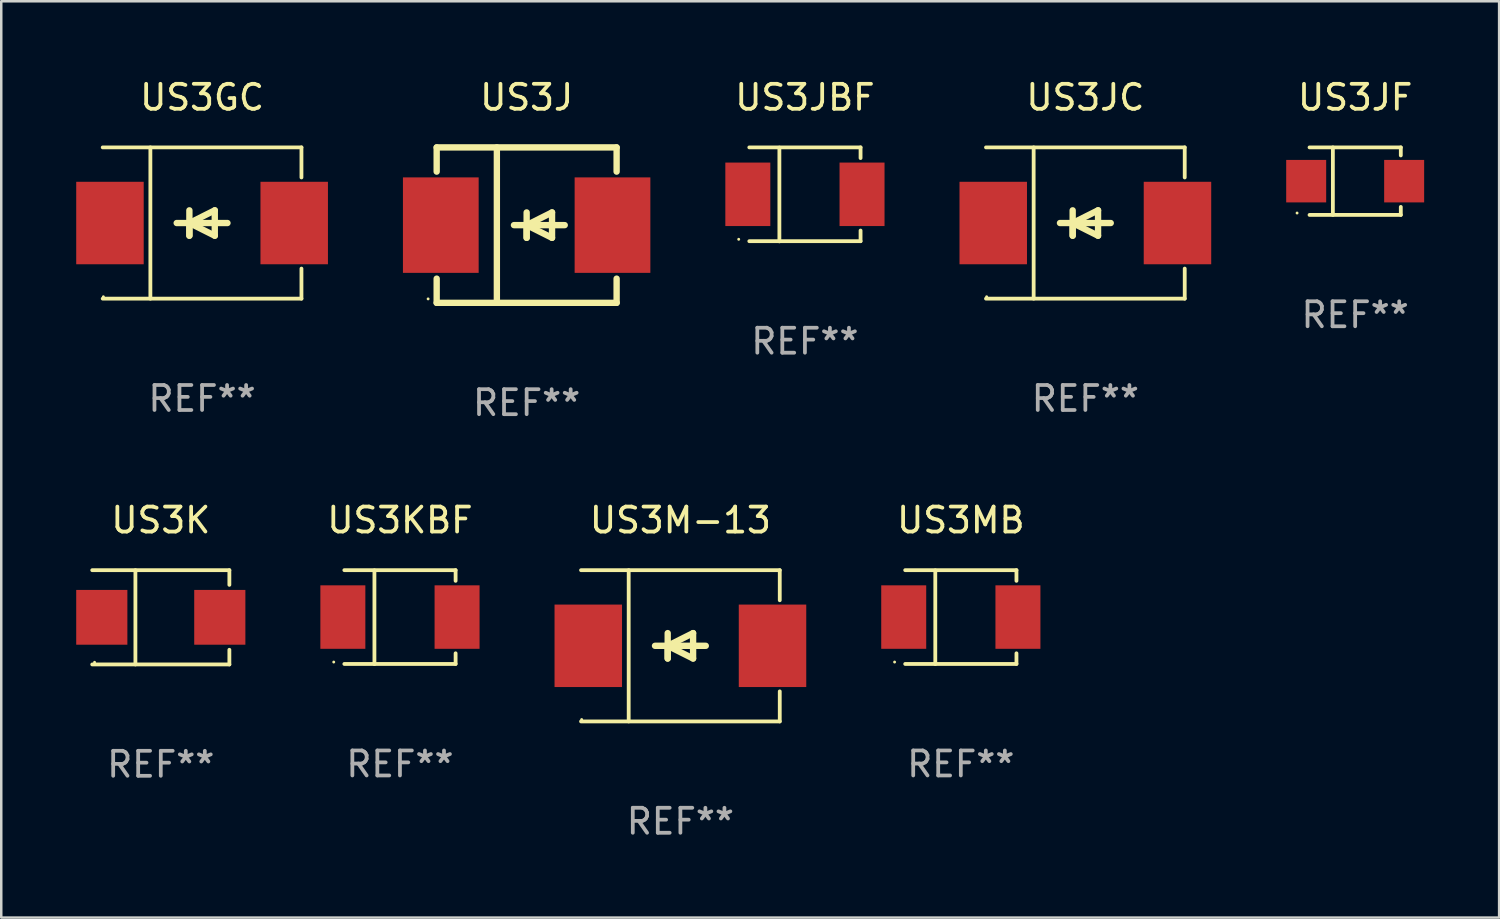
<source format=kicad_pcb>
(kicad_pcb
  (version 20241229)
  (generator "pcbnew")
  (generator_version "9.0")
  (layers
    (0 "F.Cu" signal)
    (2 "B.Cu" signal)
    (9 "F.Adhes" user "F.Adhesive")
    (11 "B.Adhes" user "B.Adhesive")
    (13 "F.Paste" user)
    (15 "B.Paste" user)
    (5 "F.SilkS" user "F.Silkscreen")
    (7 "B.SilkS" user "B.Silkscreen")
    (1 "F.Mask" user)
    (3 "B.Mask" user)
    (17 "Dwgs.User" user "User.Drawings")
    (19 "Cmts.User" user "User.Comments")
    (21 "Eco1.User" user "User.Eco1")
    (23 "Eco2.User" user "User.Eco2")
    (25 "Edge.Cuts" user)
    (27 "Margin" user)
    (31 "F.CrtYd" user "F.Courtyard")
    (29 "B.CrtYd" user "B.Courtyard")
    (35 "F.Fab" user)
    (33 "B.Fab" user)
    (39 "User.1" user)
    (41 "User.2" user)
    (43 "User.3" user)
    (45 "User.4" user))
  (footprint "US3KBF"
    (layer "F.Cu")
    (at 12.954 21.644)
    (property "Reference" "US3KBF" (at 0 -3.88 0) (layer "F.SilkS") (effects (font (size 1 1) (thickness 0.15))))
    (attr through_hole)
    (fp_line (start -2.226 -1.88) (end 2.226 -1.88) (stroke (width 0.152) (type solid)) (layer "F.SilkS"))
    (fp_line (start -2.226 1.873) (end 2.226 1.873) (stroke (width 0.152) (type solid)) (layer "F.SilkS"))
    (fp_line (start -1.022 -1.873) (end -1.022 1.88) (stroke (width 0.152) (type solid)) (layer "F.SilkS"))
    (fp_line (start 2.226 -1.88) (end 2.226 -1.453) (stroke (width 0.152) (type solid)) (layer "F.SilkS"))
    (fp_line (start 2.226 1.447) (end 2.226 1.873) (stroke (width 0.152) (type solid)) (layer "F.SilkS"))
    (fp_circle (center -2.65 1.797) (end -2.62 1.797) (stroke (width 0.06) (type solid)) (fill no) (layer "F.SilkS"))
    (fp_text user "REF**" (at 0 5.88 0) (layer "F.Fab") (effects (font (size 1 1) (thickness 0.15))))
    (pad "1" smd rect (at -2.285 -0.003) (size 1.8 2.54) (layers "F.Cu" "F.Mask" "F.Paste"))
    (pad "2" smd rect (at 2.285 -0.003) (size 1.8 2.54) (layers "F.Cu" "F.Mask" "F.Paste")))
  (footprint "US3MB"
    (layer "F.Cu")
    (at 35.396 21.644)
    (property "Reference" "US3MB" (at 0 -3.88 0) (layer "F.SilkS") (effects (font (size 1 1) (thickness 0.15))))
    (attr through_hole)
    (fp_line (start -2.226 -1.88) (end 2.226 -1.88) (stroke (width 0.152) (type solid)) (layer "F.SilkS"))
    (fp_line (start -2.226 1.873) (end 2.226 1.873) (stroke (width 0.152) (type solid)) (layer "F.SilkS"))
    (fp_line (start -1.022 -1.873) (end -1.022 1.88) (stroke (width 0.152) (type solid)) (layer "F.SilkS"))
    (fp_line (start 2.226 -1.88) (end 2.226 -1.453) (stroke (width 0.152) (type solid)) (layer "F.SilkS"))
    (fp_line (start 2.226 1.447) (end 2.226 1.873) (stroke (width 0.152) (type solid)) (layer "F.SilkS"))
    (fp_circle (center -2.65 1.797) (end -2.62 1.797) (stroke (width 0.06) (type solid)) (fill no) (layer "F.SilkS"))
    (fp_text user "REF**" (at 0 5.88 0) (layer "F.Fab") (effects (font (size 1 1) (thickness 0.15))))
    (pad "1" smd rect (at -2.285 -0.003) (size 1.8 2.54) (layers "F.Cu" "F.Mask" "F.Paste"))
    (pad "2" smd rect (at 2.285 -0.003) (size 1.8 2.54) (layers "F.Cu" "F.Mask" "F.Paste")))
  (footprint "US3J"
    (layer "F.Cu")
    (at 18.023 5.958)
    (property "Reference" "US3J" (at 0 -5.11 0) (layer "F.SilkS") (effects (font (size 1 1) (thickness 0.15))))
    (attr through_hole)
    (fp_line (start -3.6 -3.11) (end -3.6 -2.141) (stroke (width 0.254) (type solid)) (layer "F.SilkS"))
    (fp_line (start -3.6 -3.11) (end 3.6 -3.11) (stroke (width 0.254) (type solid)) (layer "F.SilkS"))
    (fp_line (start -3.6 2.141) (end -3.6 3.11) (stroke (width 0.254) (type solid)) (layer "F.SilkS"))
    (fp_line (start -3.6 3.11) (end 3.6 3.11) (stroke (width 0.254) (type solid)) (layer "F.SilkS"))
    (fp_line (start -1.192 -3.11) (end -1.192 3.11) (stroke (width 0.254) (type solid)) (layer "F.SilkS"))
    (fp_line (start 0 0) (end 0 0.508) (stroke (width 0.254) (type solid)) (layer "F.SilkS"))
    (fp_line (start 0 0) (end 1.016 0.508) (stroke (width 0.254) (type solid)) (layer "F.SilkS"))
    (fp_line (start 0 0.508) (end 0 -0.508) (stroke (width 0.254) (type solid)) (layer "F.SilkS"))
    (fp_line (start 1.016 -0.508) (end 0 0) (stroke (width 0.254) (type solid)) (layer "F.SilkS"))
    (fp_line (start 1.016 0.508) (end 1.016 -0.508) (stroke (width 0.254) (type solid)) (layer "F.SilkS"))
    (fp_line (start 1.524 0) (end -0.508 0) (stroke (width 0.254) (type solid)) (layer "F.SilkS"))
    (fp_line (start 3.6 -3.11) (end 3.6 -2.141) (stroke (width 0.254) (type solid)) (layer "F.SilkS"))
    (fp_line (start 3.6 2.141) (end 3.6 3.11) (stroke (width 0.254) (type solid)) (layer "F.SilkS"))
    (fp_circle (center -3.943 2.952) (end -3.913 2.952) (stroke (width 0.06) (type solid)) (fill no) (layer "F.SilkS"))
    (fp_text user "REF**" (at 0 7.11 0) (layer "F.Fab") (effects (font (size 1 1) (thickness 0.15))))
    (pad "1" smd rect (at -3.435 0 180) (size 3.03 3.82) (layers "F.Cu" "F.Mask" "F.Paste"))
    (pad "2" smd rect (at 3.435 0 180) (size 3.03 3.82) (layers "F.Cu" "F.Mask" "F.Paste")))
  (footprint "US3K"
    (layer "F.Cu")
    (at 3.384 21.651)
    (property "Reference" "US3K" (at 0 -3.886 0) (layer "F.SilkS") (effects (font (size 1 1) (thickness 0.15))))
    (attr through_hole)
    (fp_line (start -2.744 -1.886) (end 2.744 -1.886) (stroke (width 0.152) (type solid)) (layer "F.SilkS"))
    (fp_line (start -2.744 1.886) (end 2.744 1.886) (stroke (width 0.152) (type solid)) (layer "F.SilkS"))
    (fp_line (start -1.016 -1.886) (end -1.016 1.886) (stroke (width 0.152) (type solid)) (layer "F.SilkS"))
    (fp_line (start 2.744 -1.886) (end 2.744 -1.299) (stroke (width 0.152) (type solid)) (layer "F.SilkS"))
    (fp_line (start 2.744 1.886) (end 2.744 1.299) (stroke (width 0.152) (type solid)) (layer "F.SilkS"))
    (fp_circle (center -2.65 1.8) (end -2.62 1.8) (stroke (width 0.06) (type solid)) (fill no) (layer "F.SilkS"))
    (fp_text user "REF**" (at 0 5.886 0) (layer "F.Fab") (effects (font (size 1 1) (thickness 0.15))))
    (pad "1" smd rect (at -2.361 0) (size 2.047 2.192) (layers "F.Cu" "F.Mask" "F.Paste"))
    (pad "2" smd rect (at 2.361 0) (size 2.047 2.192) (layers "F.Cu" "F.Mask" "F.Paste")))
  (footprint "US3M-13"
    (layer "F.Cu")
    (at 24.175 22.791)
    (property "Reference" "US3M-13" (at 0 -5.026 0) (layer "F.SilkS") (effects (font (size 1 1) (thickness 0.15))))
    (attr through_hole)
    (fp_line (start -3.976 -3.026) (end 3.976 -3.026) (stroke (width 0.152) (type solid)) (layer "F.SilkS"))
    (fp_line (start -3.976 3.026) (end 3.976 3.026) (stroke (width 0.152) (type solid)) (layer "F.SilkS"))
    (fp_line (start -2.069 -3.026) (end -2.069 3.026) (stroke (width 0.152) (type solid)) (layer "F.SilkS"))
    (fp_line (start -0.508 0) (end -0.508 0.508) (stroke (width 0.254) (type solid)) (layer "F.SilkS"))
    (fp_line (start -0.508 0) (end 0.508 0.508) (stroke (width 0.254) (type solid)) (layer "F.SilkS"))
    (fp_line (start -0.508 0.508) (end -0.508 -0.508) (stroke (width 0.254) (type solid)) (layer "F.SilkS"))
    (fp_line (start 0.508 -0.508) (end -0.508 0) (stroke (width 0.254) (type solid)) (layer "F.SilkS"))
    (fp_line (start 0.508 0.508) (end 0.508 -0.508) (stroke (width 0.254) (type solid)) (layer "F.SilkS"))
    (fp_line (start 1.016 0) (end -1.016 0) (stroke (width 0.254) (type solid)) (layer "F.SilkS"))
    (fp_line (start 3.976 -3.026) (end 3.976 -1.823) (stroke (width 0.152) (type solid)) (layer "F.SilkS"))
    (fp_line (start 3.976 3.026) (end 3.976 1.823) (stroke (width 0.152) (type solid)) (layer "F.SilkS"))
    (fp_circle (center -3.95 2.95) (end -3.92 2.95) (stroke (width 0.06) (type solid)) (fill no) (layer "F.SilkS"))
    (fp_text user "REF**" (at 0 7.026 0) (layer "F.Fab") (effects (font (size 1 1) (thickness 0.15))))
    (pad "1" smd rect (at -3.686 0) (size 2.7 3.3) (layers "F.Cu" "F.Mask" "F.Paste"))
    (pad "2" smd rect (at 3.686 0) (size 2.7 3.3) (layers "F.Cu" "F.Mask" "F.Paste")))
  (footprint "US3JF"
    (layer "F.Cu")
    (at 51.175 4.199)
    (property "Reference" "US3JF" (at 0 -3.351 0) (layer "F.SilkS") (effects (font (size 1 1) (thickness 0.15))))
    (attr through_hole)
    (fp_line (start -1.826 -1.351) (end 1.826 -1.351) (stroke (width 0.152) (type solid)) (layer "F.SilkS"))
    (fp_line (start -1.826 1.351) (end 1.826 1.351) (stroke (width 0.152) (type solid)) (layer "F.SilkS"))
    (fp_line (start -0.892 -1.351) (end -0.892 1.351) (stroke (width 0.152) (type solid)) (layer "F.SilkS"))
    (fp_line (start 1.826 -1.351) (end 1.826 -1.03) (stroke (width 0.152) (type solid)) (layer "F.SilkS"))
    (fp_line (start 1.826 1.03) (end 1.826 1.351) (stroke (width 0.152) (type solid)) (layer "F.SilkS"))
    (fp_circle (center -2.325 1.275) (end -2.295 1.275) (stroke (width 0.06) (type solid)) (fill no) (layer "F.SilkS"))
    (fp_text user "REF**" (at 0 5.351 0) (layer "F.Fab") (effects (font (size 1 1) (thickness 0.15))))
    (pad "1" smd rect (at -1.96 0 180) (size 1.6 1.7) (layers "F.Cu" "F.Mask" "F.Paste"))
    (pad "2" smd rect (at 1.96 0 180) (size 1.6 1.7) (layers "F.Cu" "F.Mask" "F.Paste")))
  (footprint "US3JC"
    (layer "F.Cu")
    (at 40.379 5.874)
    (property "Reference" "US3JC" (at 0 -5.026 0) (layer "F.SilkS") (effects (font (size 1 1) (thickness 0.15))))
    (attr through_hole)
    (fp_line (start -3.976 -3.026) (end 3.976 -3.026) (stroke (width 0.152) (type solid)) (layer "F.SilkS"))
    (fp_line (start -3.976 3.026) (end 3.976 3.026) (stroke (width 0.152) (type solid)) (layer "F.SilkS"))
    (fp_line (start -2.069 -3.026) (end -2.069 3.026) (stroke (width 0.152) (type solid)) (layer "F.SilkS"))
    (fp_line (start -0.508 0) (end -0.508 0.508) (stroke (width 0.254) (type solid)) (layer "F.SilkS"))
    (fp_line (start -0.508 0) (end 0.508 0.508) (stroke (width 0.254) (type solid)) (layer "F.SilkS"))
    (fp_line (start -0.508 0.508) (end -0.508 -0.508) (stroke (width 0.254) (type solid)) (layer "F.SilkS"))
    (fp_line (start 0.508 -0.508) (end -0.508 0) (stroke (width 0.254) (type solid)) (layer "F.SilkS"))
    (fp_line (start 0.508 0.508) (end 0.508 -0.508) (stroke (width 0.254) (type solid)) (layer "F.SilkS"))
    (fp_line (start 1.016 0) (end -1.016 0) (stroke (width 0.254) (type solid)) (layer "F.SilkS"))
    (fp_line (start 3.976 -3.026) (end 3.976 -1.823) (stroke (width 0.152) (type solid)) (layer "F.SilkS"))
    (fp_line (start 3.976 3.026) (end 3.976 1.823) (stroke (width 0.152) (type solid)) (layer "F.SilkS"))
    (fp_circle (center -3.95 2.95) (end -3.92 2.95) (stroke (width 0.06) (type solid)) (fill no) (layer "F.SilkS"))
    (fp_text user "REF**" (at 0 7.026 0) (layer "F.Fab") (effects (font (size 1 1) (thickness 0.15))))
    (pad "1" smd rect (at -3.686 0) (size 2.7 3.3) (layers "F.Cu" "F.Mask" "F.Paste"))
    (pad "2" smd rect (at 3.686 0) (size 2.7 3.3) (layers "F.Cu" "F.Mask" "F.Paste")))
  (footprint "US3JBF"
    (layer "F.Cu")
    (at 29.158 4.728)
    (property "Reference" "US3JBF" (at 0 -3.88 0) (layer "F.SilkS") (effects (font (size 1 1) (thickness 0.15))))
    (attr through_hole)
    (fp_line (start -2.226 -1.88) (end 2.226 -1.88) (stroke (width 0.152) (type solid)) (layer "F.SilkS"))
    (fp_line (start -2.226 1.873) (end 2.226 1.873) (stroke (width 0.152) (type solid)) (layer "F.SilkS"))
    (fp_line (start -1.022 -1.873) (end -1.022 1.88) (stroke (width 0.152) (type solid)) (layer "F.SilkS"))
    (fp_line (start 2.226 -1.88) (end 2.226 -1.453) (stroke (width 0.152) (type solid)) (layer "F.SilkS"))
    (fp_line (start 2.226 1.447) (end 2.226 1.873) (stroke (width 0.152) (type solid)) (layer "F.SilkS"))
    (fp_circle (center -2.65 1.797) (end -2.62 1.797) (stroke (width 0.06) (type solid)) (fill no) (layer "F.SilkS"))
    (fp_text user "REF**" (at 0 5.88 0) (layer "F.Fab") (effects (font (size 1 1) (thickness 0.15))))
    (pad "1" smd rect (at -2.285 -0.003) (size 1.8 2.54) (layers "F.Cu" "F.Mask" "F.Paste"))
    (pad "2" smd rect (at 2.285 -0.003) (size 1.8 2.54) (layers "F.Cu" "F.Mask" "F.Paste")))
  (footprint "US3GC"
    (layer "F.Cu")
    (at 5.036 5.874)
    (property "Reference" "US3GC" (at 0 -5.026 0) (layer "F.SilkS") (effects (font (size 1 1) (thickness 0.15))))
    (attr through_hole)
    (fp_line (start -3.976 -3.026) (end 3.976 -3.026) (stroke (width 0.152) (type solid)) (layer "F.SilkS"))
    (fp_line (start -3.976 3.026) (end 3.976 3.026) (stroke (width 0.152) (type solid)) (layer "F.SilkS"))
    (fp_line (start -2.069 -3.026) (end -2.069 3.026) (stroke (width 0.152) (type solid)) (layer "F.SilkS"))
    (fp_line (start -0.508 0) (end -0.508 0.508) (stroke (width 0.254) (type solid)) (layer "F.SilkS"))
    (fp_line (start -0.508 0) (end 0.508 0.508) (stroke (width 0.254) (type solid)) (layer "F.SilkS"))
    (fp_line (start -0.508 0.508) (end -0.508 -0.508) (stroke (width 0.254) (type solid)) (layer "F.SilkS"))
    (fp_line (start 0.508 -0.508) (end -0.508 0) (stroke (width 0.254) (type solid)) (layer "F.SilkS"))
    (fp_line (start 0.508 0.508) (end 0.508 -0.508) (stroke (width 0.254) (type solid)) (layer "F.SilkS"))
    (fp_line (start 1.016 0) (end -1.016 0) (stroke (width 0.254) (type solid)) (layer "F.SilkS"))
    (fp_line (start 3.976 -3.026) (end 3.976 -1.823) (stroke (width 0.152) (type solid)) (layer "F.SilkS"))
    (fp_line (start 3.976 3.026) (end 3.976 1.823) (stroke (width 0.152) (type solid)) (layer "F.SilkS"))
    (fp_circle (center -3.95 2.95) (end -3.92 2.95) (stroke (width 0.06) (type solid)) (fill no) (layer "F.SilkS"))
    (fp_text user "REF**" (at 0 7.026 0) (layer "F.Fab") (effects (font (size 1 1) (thickness 0.15))))
    (pad "1" smd rect (at -3.686 0) (size 2.7 3.3) (layers "F.Cu" "F.Mask" "F.Paste"))
    (pad "2" smd rect (at 3.686 0) (size 2.7 3.3) (layers "F.Cu" "F.Mask" "F.Paste")))
  (gr_rect
    (start -3 -3)
    (end 56.935 33.665)
    (stroke (width 0.1) (type default))
    (fill no)
    (layer "Edge.Cuts")))
</source>
